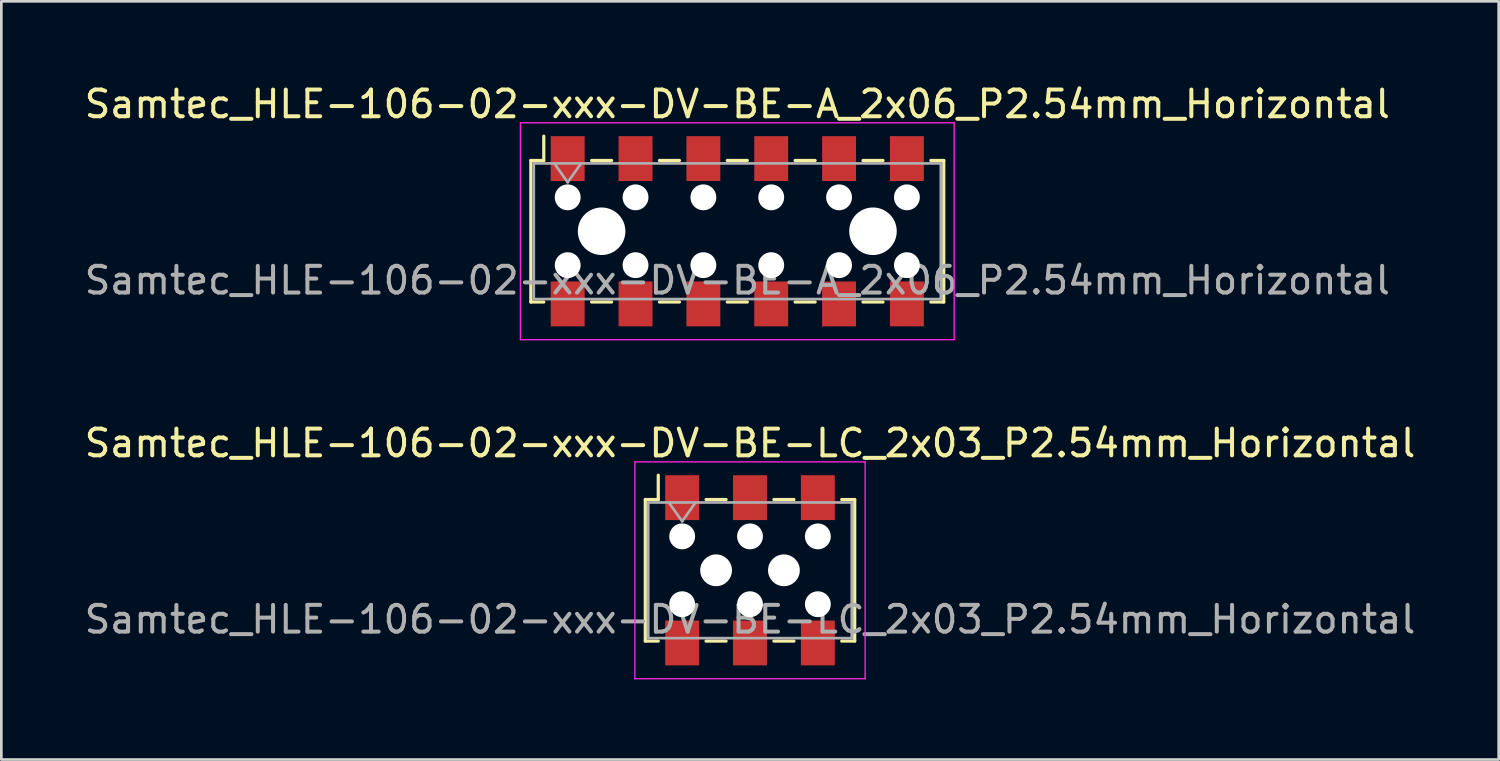
<source format=kicad_pcb>
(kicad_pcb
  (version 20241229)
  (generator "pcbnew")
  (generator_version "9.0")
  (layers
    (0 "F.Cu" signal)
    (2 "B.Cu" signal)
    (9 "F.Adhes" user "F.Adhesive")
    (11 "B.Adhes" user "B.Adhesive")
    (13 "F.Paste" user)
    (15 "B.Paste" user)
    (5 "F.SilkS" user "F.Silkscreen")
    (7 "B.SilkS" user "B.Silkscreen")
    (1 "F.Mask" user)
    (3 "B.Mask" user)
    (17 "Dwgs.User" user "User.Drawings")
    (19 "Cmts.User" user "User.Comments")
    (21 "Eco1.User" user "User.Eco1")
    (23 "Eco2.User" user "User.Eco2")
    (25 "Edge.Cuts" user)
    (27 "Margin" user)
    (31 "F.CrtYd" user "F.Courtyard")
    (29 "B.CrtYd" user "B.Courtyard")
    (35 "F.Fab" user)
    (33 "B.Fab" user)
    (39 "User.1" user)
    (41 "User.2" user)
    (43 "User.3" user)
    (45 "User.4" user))
  (footprint "Samtec_HLE-106-02-xxx-DV-BE-LC_2x03_P2.54mm_Horizontal"
    (layer "F.Cu")
    (at 25.03 18.302)
    (property "Reference" "Samtec_HLE-106-02-xxx-DV-BE-LC_2x03_P2.54mm_Horizontal" (at 0 -4.76 0) (layer "F.SilkS") (effects (font (size 1 1) (thickness 0.15))))
    (attr smd)
    (fp_line (start -3.92 -2.65) (end -3.92 2.65) (stroke (width 0.12) (type solid)) (layer "F.SilkS"))
    (fp_line (start -3.92 2.65) (end -3.435 2.65) (stroke (width 0.12) (type solid)) (layer "F.SilkS"))
    (fp_line (start -3.435 -3.56) (end -3.435 -2.65) (stroke (width 0.12) (type solid)) (layer "F.SilkS"))
    (fp_line (start -3.435 -2.65) (end -3.92 -2.65) (stroke (width 0.12) (type solid)) (layer "F.SilkS"))
    (fp_line (start -1.645 -2.65) (end -0.895 -2.65) (stroke (width 0.12) (type solid)) (layer "F.SilkS"))
    (fp_line (start -1.645 2.65) (end -0.895 2.65) (stroke (width 0.12) (type solid)) (layer "F.SilkS"))
    (fp_line (start 0.895 -2.65) (end 1.645 -2.65) (stroke (width 0.12) (type solid)) (layer "F.SilkS"))
    (fp_line (start 0.895 2.65) (end 1.645 2.65) (stroke (width 0.12) (type solid)) (layer "F.SilkS"))
    (fp_line (start 3.435 -2.65) (end 3.92 -2.65) (stroke (width 0.12) (type solid)) (layer "F.SilkS"))
    (fp_line (start 3.92 -2.65) (end 3.92 2.65) (stroke (width 0.12) (type solid)) (layer "F.SilkS"))
    (fp_line (start 3.92 2.65) (end 3.435 2.65) (stroke (width 0.12) (type solid)) (layer "F.SilkS"))
    (fp_line (start -4.31 -4.06) (end 4.31 -4.06) (stroke (width 0.05) (type solid)) (layer "F.CrtYd"))
    (fp_line (start -4.31 4.06) (end -4.31 -4.06) (stroke (width 0.05) (type solid)) (layer "F.CrtYd"))
    (fp_line (start 4.31 -4.06) (end 4.31 4.06) (stroke (width 0.05) (type solid)) (layer "F.CrtYd"))
    (fp_line (start 4.31 4.06) (end -4.31 4.06) (stroke (width 0.05) (type solid)) (layer "F.CrtYd"))
    (fp_line (start -3.81 -2.54) (end 3.81 -2.54) (stroke (width 0.1) (type solid)) (layer "F.Fab"))
    (fp_line (start -3.81 2.54) (end -3.81 -2.54) (stroke (width 0.1) (type solid)) (layer "F.Fab"))
    (fp_line (start -3.04 -2.54) (end -2.54 -1.833) (stroke (width 0.1) (type solid)) (layer "F.Fab"))
    (fp_line (start -2.54 -1.833) (end -2.04 -2.54) (stroke (width 0.1) (type solid)) (layer "F.Fab"))
    (fp_line (start 3.81 -2.54) (end 3.81 2.54) (stroke (width 0.1) (type solid)) (layer "F.Fab"))
    (fp_line (start 3.81 2.54) (end -3.81 2.54) (stroke (width 0.1) (type solid)) (layer "F.Fab"))
    (fp_text user "${REFERENCE}" (at 0 1.84 0) (layer "F.Fab") (effects (font (size 1 1) (thickness 0.15))))
    (pad "" np_thru_hole circle (at -2.54 -1.27) (size 0.97 0.97) (drill 0.97) (layers "*.Cu" "*.Mask"))
    (pad "" np_thru_hole circle (at -2.54 1.27) (size 0.97 0.97) (drill 0.97) (layers "*.Cu" "*.Mask"))
    (pad "" np_thru_hole circle (at -1.27 0) (size 1.19 1.19) (drill 1.19) (layers "*.Cu" "*.Mask"))
    (pad "" np_thru_hole circle (at 0 -1.27) (size 0.97 0.97) (drill 0.97) (layers "*.Cu" "*.Mask"))
    (pad "" np_thru_hole circle (at 0 1.27) (size 0.97 0.97) (drill 0.97) (layers "*.Cu" "*.Mask"))
    (pad "" np_thru_hole circle (at 1.27 0) (size 1.19 1.19) (drill 1.19) (layers "*.Cu" "*.Mask"))
    (pad "" np_thru_hole circle (at 2.54 -1.27) (size 0.97 0.97) (drill 0.97) (layers "*.Cu" "*.Mask"))
    (pad "" np_thru_hole circle (at 2.54 1.27) (size 0.97 0.97) (drill 0.97) (layers "*.Cu" "*.Mask"))
    (pad "1" smd rect (at -2.54 -2.72) (size 1.27 1.68) (layers "F.Cu" "F.Mask" "F.Paste"))
    (pad "2" smd rect (at -2.54 2.72) (size 1.27 1.68) (layers "F.Cu" "F.Mask" "F.Paste"))
    (pad "3" smd rect (at 0 -2.72) (size 1.27 1.68) (layers "F.Cu" "F.Mask" "F.Paste"))
    (pad "4" smd rect (at 0 2.72) (size 1.27 1.68) (layers "F.Cu" "F.Mask" "F.Paste"))
    (pad "5" smd rect (at 2.54 -2.72) (size 1.27 1.68) (layers "F.Cu" "F.Mask" "F.Paste"))
    (pad "6" smd rect (at 2.54 2.72) (size 1.27 1.68) (layers "F.Cu" "F.Mask" "F.Paste")))
  (footprint "Samtec_HLE-106-02-xxx-DV-BE-A_2x06_P2.54mm_Horizontal"
    (layer "F.Cu")
    (at 24.554 5.608)
    (property "Reference" "Samtec_HLE-106-02-xxx-DV-BE-A_2x06_P2.54mm_Horizontal" (at 0 -4.76 0) (layer "F.SilkS") (effects (font (size 1 1) (thickness 0.15))))
    (attr smd)
    (fp_line (start -7.73 -2.65) (end -7.73 2.65) (stroke (width 0.12) (type solid)) (layer "F.SilkS"))
    (fp_line (start -7.73 2.65) (end -7.245 2.65) (stroke (width 0.12) (type solid)) (layer "F.SilkS"))
    (fp_line (start -7.245 -3.56) (end -7.245 -2.65) (stroke (width 0.12) (type solid)) (layer "F.SilkS"))
    (fp_line (start -7.245 -2.65) (end -7.73 -2.65) (stroke (width 0.12) (type solid)) (layer "F.SilkS"))
    (fp_line (start -5.455 -2.65) (end -4.705 -2.65) (stroke (width 0.12) (type solid)) (layer "F.SilkS"))
    (fp_line (start -5.455 2.65) (end -4.705 2.65) (stroke (width 0.12) (type solid)) (layer "F.SilkS"))
    (fp_line (start -2.915 -2.65) (end -2.165 -2.65) (stroke (width 0.12) (type solid)) (layer "F.SilkS"))
    (fp_line (start -2.915 2.65) (end -2.165 2.65) (stroke (width 0.12) (type solid)) (layer "F.SilkS"))
    (fp_line (start -0.375 -2.65) (end 0.375 -2.65) (stroke (width 0.12) (type solid)) (layer "F.SilkS"))
    (fp_line (start -0.375 2.65) (end 0.375 2.65) (stroke (width 0.12) (type solid)) (layer "F.SilkS"))
    (fp_line (start 2.165 -2.65) (end 2.915 -2.65) (stroke (width 0.12) (type solid)) (layer "F.SilkS"))
    (fp_line (start 2.165 2.65) (end 2.915 2.65) (stroke (width 0.12) (type solid)) (layer "F.SilkS"))
    (fp_line (start 4.705 -2.65) (end 5.455 -2.65) (stroke (width 0.12) (type solid)) (layer "F.SilkS"))
    (fp_line (start 4.705 2.65) (end 5.455 2.65) (stroke (width 0.12) (type solid)) (layer "F.SilkS"))
    (fp_line (start 7.245 -2.65) (end 7.73 -2.65) (stroke (width 0.12) (type solid)) (layer "F.SilkS"))
    (fp_line (start 7.73 -2.65) (end 7.73 2.65) (stroke (width 0.12) (type solid)) (layer "F.SilkS"))
    (fp_line (start 7.73 2.65) (end 7.245 2.65) (stroke (width 0.12) (type solid)) (layer "F.SilkS"))
    (fp_line (start -8.12 -4.06) (end 8.12 -4.06) (stroke (width 0.05) (type solid)) (layer "F.CrtYd"))
    (fp_line (start -8.12 4.06) (end -8.12 -4.06) (stroke (width 0.05) (type solid)) (layer "F.CrtYd"))
    (fp_line (start 8.12 -4.06) (end 8.12 4.06) (stroke (width 0.05) (type solid)) (layer "F.CrtYd"))
    (fp_line (start 8.12 4.06) (end -8.12 4.06) (stroke (width 0.05) (type solid)) (layer "F.CrtYd"))
    (fp_line (start -7.62 -2.54) (end 7.62 -2.54) (stroke (width 0.1) (type solid)) (layer "F.Fab"))
    (fp_line (start -7.62 2.54) (end -7.62 -2.54) (stroke (width 0.1) (type solid)) (layer "F.Fab"))
    (fp_line (start -6.85 -2.54) (end -6.35 -1.833) (stroke (width 0.1) (type solid)) (layer "F.Fab"))
    (fp_line (start -6.35 -1.833) (end -5.85 -2.54) (stroke (width 0.1) (type solid)) (layer "F.Fab"))
    (fp_line (start 7.62 -2.54) (end 7.62 2.54) (stroke (width 0.1) (type solid)) (layer "F.Fab"))
    (fp_line (start 7.62 2.54) (end -7.62 2.54) (stroke (width 0.1) (type solid)) (layer "F.Fab"))
    (fp_text user "${REFERENCE}" (at 0 1.84 0) (layer "F.Fab") (effects (font (size 1 1) (thickness 0.15))))
    (pad "" np_thru_hole circle (at -6.35 -1.27) (size 0.97 0.97) (drill 0.97) (layers "*.Cu" "*.Mask"))
    (pad "" np_thru_hole circle (at -6.35 1.27) (size 0.97 0.97) (drill 0.97) (layers "*.Cu" "*.Mask"))
    (pad "" np_thru_hole circle (at -5.08 0) (size 1.78 1.78) (drill 1.78) (layers "*.Cu" "*.Mask"))
    (pad "" np_thru_hole circle (at -3.81 -1.27) (size 0.97 0.97) (drill 0.97) (layers "*.Cu" "*.Mask"))
    (pad "" np_thru_hole circle (at -3.81 1.27) (size 0.97 0.97) (drill 0.97) (layers "*.Cu" "*.Mask"))
    (pad "" np_thru_hole circle (at -1.27 -1.27) (size 0.97 0.97) (drill 0.97) (layers "*.Cu" "*.Mask"))
    (pad "" np_thru_hole circle (at -1.27 1.27) (size 0.97 0.97) (drill 0.97) (layers "*.Cu" "*.Mask"))
    (pad "" np_thru_hole circle (at 1.27 -1.27) (size 0.97 0.97) (drill 0.97) (layers "*.Cu" "*.Mask"))
    (pad "" np_thru_hole circle (at 1.27 1.27) (size 0.97 0.97) (drill 0.97) (layers "*.Cu" "*.Mask"))
    (pad "" np_thru_hole circle (at 3.81 -1.27) (size 0.97 0.97) (drill 0.97) (layers "*.Cu" "*.Mask"))
    (pad "" np_thru_hole circle (at 3.81 1.27) (size 0.97 0.97) (drill 0.97) (layers "*.Cu" "*.Mask"))
    (pad "" np_thru_hole circle (at 5.08 0) (size 1.78 1.78) (drill 1.78) (layers "*.Cu" "*.Mask"))
    (pad "" np_thru_hole circle (at 6.35 -1.27) (size 0.97 0.97) (drill 0.97) (layers "*.Cu" "*.Mask"))
    (pad "" np_thru_hole circle (at 6.35 1.27) (size 0.97 0.97) (drill 0.97) (layers "*.Cu" "*.Mask"))
    (pad "1" smd rect (at -6.35 -2.72) (size 1.27 1.68) (layers "F.Cu" "F.Mask" "F.Paste"))
    (pad "2" smd rect (at -6.35 2.72) (size 1.27 1.68) (layers "F.Cu" "F.Mask" "F.Paste"))
    (pad "3" smd rect (at -3.81 -2.72) (size 1.27 1.68) (layers "F.Cu" "F.Mask" "F.Paste"))
    (pad "4" smd rect (at -3.81 2.72) (size 1.27 1.68) (layers "F.Cu" "F.Mask" "F.Paste"))
    (pad "5" smd rect (at -1.27 -2.72) (size 1.27 1.68) (layers "F.Cu" "F.Mask" "F.Paste"))
    (pad "6" smd rect (at -1.27 2.72) (size 1.27 1.68) (layers "F.Cu" "F.Mask" "F.Paste"))
    (pad "7" smd rect (at 1.27 -2.72) (size 1.27 1.68) (layers "F.Cu" "F.Mask" "F.Paste"))
    (pad "8" smd rect (at 1.27 2.72) (size 1.27 1.68) (layers "F.Cu" "F.Mask" "F.Paste"))
    (pad "9" smd rect (at 3.81 -2.72) (size 1.27 1.68) (layers "F.Cu" "F.Mask" "F.Paste"))
    (pad "10" smd rect (at 3.81 2.72) (size 1.27 1.68) (layers "F.Cu" "F.Mask" "F.Paste"))
    (pad "11" smd rect (at 6.35 -2.72) (size 1.27 1.68) (layers "F.Cu" "F.Mask" "F.Paste"))
    (pad "12" smd rect (at 6.35 2.72) (size 1.27 1.68) (layers "F.Cu" "F.Mask" "F.Paste")))
  (gr_rect
    (start -3 -3)
    (end 53.06 25.387)
    (stroke (width 0.1) (type default))
    (fill no)
    (layer "Edge.Cuts")))
</source>
